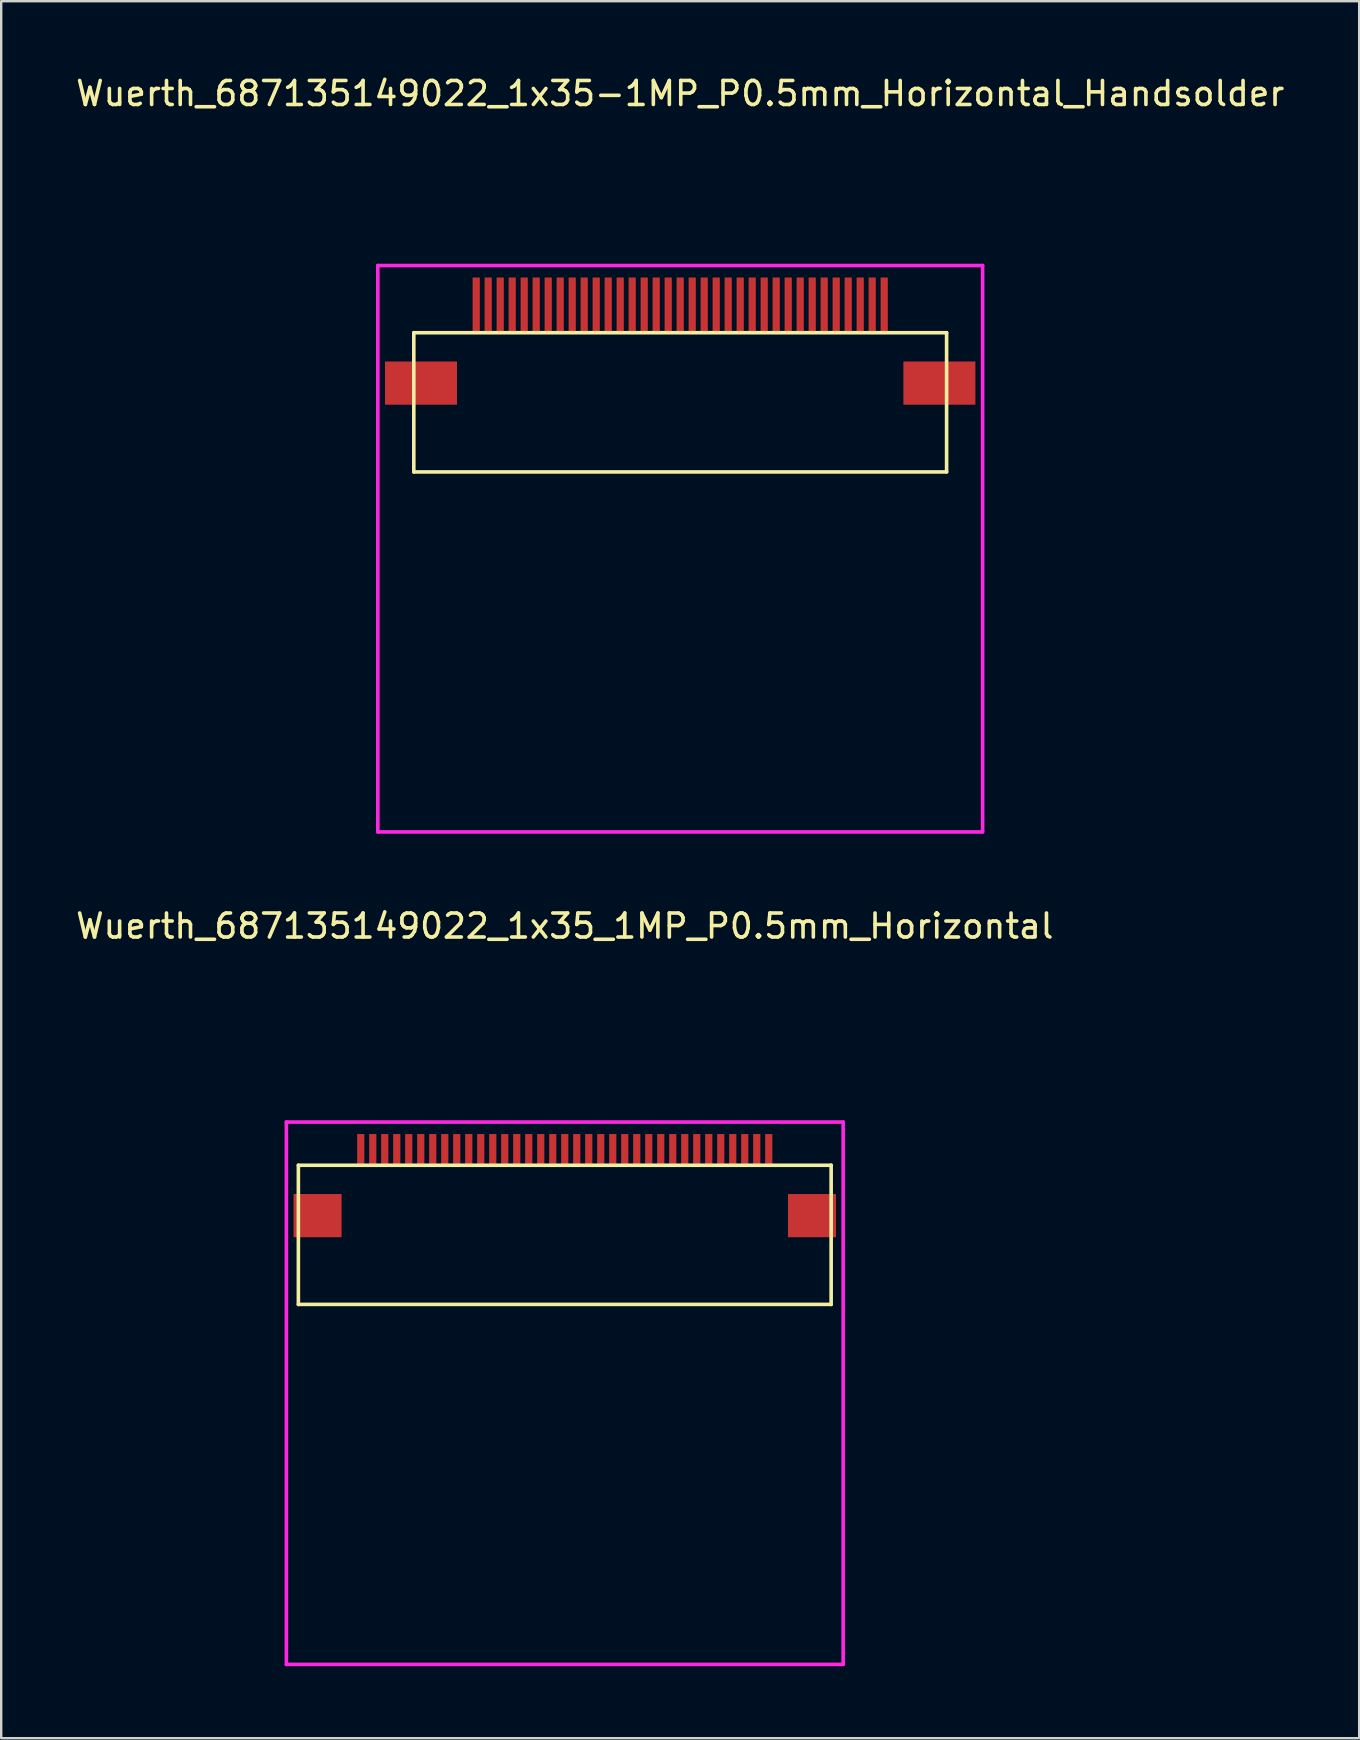
<source format=kicad_pcb>
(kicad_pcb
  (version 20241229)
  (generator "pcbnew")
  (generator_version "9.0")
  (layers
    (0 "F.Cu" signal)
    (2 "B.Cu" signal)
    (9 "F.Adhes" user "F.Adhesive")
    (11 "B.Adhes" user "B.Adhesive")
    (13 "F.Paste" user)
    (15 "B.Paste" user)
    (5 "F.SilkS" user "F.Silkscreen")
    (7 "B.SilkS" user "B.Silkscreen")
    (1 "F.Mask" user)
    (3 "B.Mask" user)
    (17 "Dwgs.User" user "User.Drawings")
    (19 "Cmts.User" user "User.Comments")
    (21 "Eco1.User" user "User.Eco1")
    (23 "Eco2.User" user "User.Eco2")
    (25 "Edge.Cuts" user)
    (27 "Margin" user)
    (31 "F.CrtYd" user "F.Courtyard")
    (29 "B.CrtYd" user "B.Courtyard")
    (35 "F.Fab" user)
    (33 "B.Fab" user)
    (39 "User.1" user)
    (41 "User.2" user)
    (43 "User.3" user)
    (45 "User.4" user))
  (footprint "Wuerth_687135149022_1x35_1MP_P0.5mm_Horizontal"
    (layer "F.Cu")
    (at 20.482 47.602)
    (property "Reference" "Wuerth_687135149022_1x35_1MP_P0.5mm_Horizontal" (at 0 -12.065 0) (layer "F.SilkS") (effects (font (size 1 1) (thickness 0.15))))
    (attr through_hole)
    (fp_line (start -11.1 -2.1) (end 11.1 -2.1) (stroke (width 0.15) (type solid)) (layer "F.SilkS"))
    (fp_line (start -11.1 3.7) (end -11.1 -2.1) (stroke (width 0.15) (type solid)) (layer "F.SilkS"))
    (fp_line (start 11.1 -2.1) (end 11.1 3.7) (stroke (width 0.15) (type solid)) (layer "F.SilkS"))
    (fp_line (start 11.1 3.7) (end -11.1 3.7) (stroke (width 0.15) (type solid)) (layer "F.SilkS"))
    (fp_line (start -11.6 -3.9) (end 11.6 -3.9) (stroke (width 0.15) (type solid)) (layer "F.CrtYd"))
    (fp_line (start -11.6 18.7) (end -11.6 -3.9) (stroke (width 0.15) (type solid)) (layer "F.CrtYd"))
    (fp_line (start 11.6 -3.9) (end 11.6 18.7) (stroke (width 0.15) (type solid)) (layer "F.CrtYd"))
    (fp_line (start 11.6 18.7) (end -11.6 18.7) (stroke (width 0.15) (type solid)) (layer "F.CrtYd"))
    (pad "1" smd rect (at -8.5 -2.75) (size 0.3 1.3) (layers "F.Cu" "F.Mask"))
    (pad "2" smd rect (at -8 -2.75) (size 0.3 1.3) (layers "F.Cu" "F.Mask"))
    (pad "3" smd rect (at -7.5 -2.75) (size 0.3 1.3) (layers "F.Cu" "F.Mask"))
    (pad "4" smd rect (at -7 -2.75) (size 0.3 1.3) (layers "F.Cu" "F.Mask"))
    (pad "5" smd rect (at -6.5 -2.75) (size 0.3 1.3) (layers "F.Cu" "F.Mask"))
    (pad "6" smd rect (at -6 -2.75) (size 0.3 1.3) (layers "F.Cu" "F.Mask"))
    (pad "7" smd rect (at -5.5 -2.75) (size 0.3 1.3) (layers "F.Cu" "F.Mask"))
    (pad "8" smd rect (at -5 -2.75) (size 0.3 1.3) (layers "F.Cu" "F.Mask"))
    (pad "9" smd rect (at -4.5 -2.75) (size 0.3 1.3) (layers "F.Cu" "F.Mask"))
    (pad "10" smd rect (at -4 -2.75) (size 0.3 1.3) (layers "F.Cu" "F.Mask"))
    (pad "11" smd rect (at -3.5 -2.75) (size 0.3 1.3) (layers "F.Cu" "F.Mask"))
    (pad "12" smd rect (at -3 -2.75) (size 0.3 1.3) (layers "F.Cu" "F.Mask"))
    (pad "13" smd rect (at -2.5 -2.75) (size 0.3 1.3) (layers "F.Cu" "F.Mask"))
    (pad "14" smd rect (at -2 -2.75) (size 0.3 1.3) (layers "F.Cu" "F.Mask"))
    (pad "15" smd rect (at -1.5 -2.75) (size 0.3 1.3) (layers "F.Cu" "F.Mask"))
    (pad "16" smd rect (at -1 -2.75) (size 0.3 1.3) (layers "F.Cu" "F.Mask"))
    (pad "17" smd rect (at -0.5 -2.75) (size 0.3 1.3) (layers "F.Cu" "F.Mask"))
    (pad "18" smd rect (at 0 -2.75) (size 0.3 1.3) (layers "F.Cu" "F.Mask"))
    (pad "19" smd rect (at 0.5 -2.75) (size 0.3 1.3) (layers "F.Cu" "F.Mask"))
    (pad "20" smd rect (at 1 -2.75) (size 0.3 1.3) (layers "F.Cu" "F.Mask"))
    (pad "21" smd rect (at 1.5 -2.75) (size 0.3 1.3) (layers "F.Cu" "F.Mask"))
    (pad "22" smd rect (at 2 -2.75) (size 0.3 1.3) (layers "F.Cu" "F.Mask"))
    (pad "23" smd rect (at 2.5 -2.75) (size 0.3 1.3) (layers "F.Cu" "F.Mask"))
    (pad "24" smd rect (at 3 -2.75) (size 0.3 1.3) (layers "F.Cu" "F.Mask"))
    (pad "25" smd rect (at 3.5 -2.75) (size 0.3 1.3) (layers "F.Cu" "F.Mask"))
    (pad "26" smd rect (at 4 -2.75) (size 0.3 1.3) (layers "F.Cu" "F.Mask"))
    (pad "27" smd rect (at 4.5 -2.75) (size 0.3 1.3) (layers "F.Cu" "F.Mask"))
    (pad "28" smd rect (at 5 -2.75) (size 0.3 1.3) (layers "F.Cu" "F.Mask"))
    (pad "29" smd rect (at 5.5 -2.75) (size 0.3 1.3) (layers "F.Cu" "F.Mask"))
    (pad "30" smd rect (at 6 -2.75) (size 0.3 1.3) (layers "F.Cu" "F.Mask"))
    (pad "31" smd rect (at 6.5 -2.75) (size 0.3 1.3) (layers "F.Cu" "F.Mask"))
    (pad "32" smd rect (at 7 -2.75) (size 0.3 1.3) (layers "F.Cu" "F.Mask"))
    (pad "33" smd rect (at 7.5 -2.75) (size 0.3 1.3) (layers "F.Cu" "F.Mask"))
    (pad "34" smd rect (at 8 -2.75) (size 0.3 1.3) (layers "F.Cu" "F.Mask"))
    (pad "35" smd rect (at 8.5 -2.75) (size 0.3 1.3) (layers "F.Cu" "F.Mask"))
    (pad "MP" smd rect (at -10.3 0) (size 2 1.8) (layers "F.Cu" "F.Mask"))
    (pad "MP" smd rect (at 10.3 0) (size 2 1.8) (layers "F.Cu" "F.Mask")))
  (footprint "Wuerth_687135149022_1x35-1MP_P0.5mm_Horizontal_Handsolder"
    (layer "F.Cu")
    (at 25.292 12.913)
    (property "Reference" "Wuerth_687135149022_1x35-1MP_P0.5mm_Horizontal_Handsolder" (at 0 -12.065 0) (layer "F.SilkS") (effects (font (size 1 1) (thickness 0.15))))
    (attr through_hole)
    (fp_line (start -11.1 -2.1) (end 11.1 -2.1) (stroke (width 0.15) (type solid)) (layer "F.SilkS"))
    (fp_line (start -11.1 3.7) (end -11.1 -2.1) (stroke (width 0.15) (type solid)) (layer "F.SilkS"))
    (fp_line (start 11.1 -2.1) (end 11.1 3.7) (stroke (width 0.15) (type solid)) (layer "F.SilkS"))
    (fp_line (start 11.1 3.7) (end -11.1 3.7) (stroke (width 0.15) (type solid)) (layer "F.SilkS"))
    (fp_line (start -12.6 -4.9) (end 12.6 -4.9) (stroke (width 0.15) (type solid)) (layer "F.CrtYd"))
    (fp_line (start -12.6 18.7) (end -12.6 -4.9) (stroke (width 0.15) (type solid)) (layer "F.CrtYd"))
    (fp_line (start 12.6 -4.9) (end 12.6 18.7) (stroke (width 0.15) (type solid)) (layer "F.CrtYd"))
    (fp_line (start 12.6 18.7) (end -12.6 18.7) (stroke (width 0.15) (type solid)) (layer "F.CrtYd"))
    (pad "1" smd rect (at -8.5 -3.25) (size 0.3 2.3) (layers "F.Cu" "F.Mask"))
    (pad "2" smd rect (at -8 -3.25) (size 0.3 2.3) (layers "F.Cu" "F.Mask"))
    (pad "3" smd rect (at -7.5 -3.25) (size 0.3 2.3) (layers "F.Cu" "F.Mask"))
    (pad "4" smd rect (at -7 -3.25) (size 0.3 2.3) (layers "F.Cu" "F.Mask"))
    (pad "5" smd rect (at -6.5 -3.25) (size 0.3 2.3) (layers "F.Cu" "F.Mask"))
    (pad "6" smd rect (at -6 -3.25) (size 0.3 2.3) (layers "F.Cu" "F.Mask"))
    (pad "7" smd rect (at -5.5 -3.25) (size 0.3 2.3) (layers "F.Cu" "F.Mask"))
    (pad "8" smd rect (at -5 -3.25) (size 0.3 2.3) (layers "F.Cu" "F.Mask"))
    (pad "9" smd rect (at -4.5 -3.25) (size 0.3 2.3) (layers "F.Cu" "F.Mask"))
    (pad "10" smd rect (at -4 -3.25) (size 0.3 2.3) (layers "F.Cu" "F.Mask"))
    (pad "11" smd rect (at -3.5 -3.25) (size 0.3 2.3) (layers "F.Cu" "F.Mask"))
    (pad "12" smd rect (at -3 -3.25) (size 0.3 2.3) (layers "F.Cu" "F.Mask"))
    (pad "13" smd rect (at -2.5 -3.25) (size 0.3 2.3) (layers "F.Cu" "F.Mask"))
    (pad "14" smd rect (at -2 -3.25) (size 0.3 2.3) (layers "F.Cu" "F.Mask"))
    (pad "15" smd rect (at -1.5 -3.25) (size 0.3 2.3) (layers "F.Cu" "F.Mask"))
    (pad "16" smd rect (at -1 -3.25) (size 0.3 2.3) (layers "F.Cu" "F.Mask"))
    (pad "17" smd rect (at -0.5 -3.25) (size 0.3 2.3) (layers "F.Cu" "F.Mask"))
    (pad "18" smd rect (at 0 -3.25) (size 0.3 2.3) (layers "F.Cu" "F.Mask"))
    (pad "19" smd rect (at 0.5 -3.25) (size 0.3 2.3) (layers "F.Cu" "F.Mask"))
    (pad "20" smd rect (at 1 -3.25) (size 0.3 2.3) (layers "F.Cu" "F.Mask"))
    (pad "21" smd rect (at 1.5 -3.25) (size 0.3 2.3) (layers "F.Cu" "F.Mask"))
    (pad "22" smd rect (at 2 -3.25) (size 0.3 2.3) (layers "F.Cu" "F.Mask"))
    (pad "23" smd rect (at 2.5 -3.25) (size 0.3 2.3) (layers "F.Cu" "F.Mask"))
    (pad "24" smd rect (at 3 -3.25) (size 0.3 2.3) (layers "F.Cu" "F.Mask"))
    (pad "25" smd rect (at 3.5 -3.25) (size 0.3 2.3) (layers "F.Cu" "F.Mask"))
    (pad "26" smd rect (at 4 -3.25) (size 0.3 2.3) (layers "F.Cu" "F.Mask"))
    (pad "27" smd rect (at 4.5 -3.25) (size 0.3 2.3) (layers "F.Cu" "F.Mask"))
    (pad "28" smd rect (at 5 -3.25) (size 0.3 2.3) (layers "F.Cu" "F.Mask"))
    (pad "29" smd rect (at 5.5 -3.25) (size 0.3 2.3) (layers "F.Cu" "F.Mask"))
    (pad "30" smd rect (at 6 -3.25) (size 0.3 2.3) (layers "F.Cu" "F.Mask"))
    (pad "31" smd rect (at 6.5 -3.25) (size 0.3 2.3) (layers "F.Cu" "F.Mask"))
    (pad "32" smd rect (at 7 -3.25) (size 0.3 2.3) (layers "F.Cu" "F.Mask"))
    (pad "33" smd rect (at 7.5 -3.25) (size 0.3 2.3) (layers "F.Cu" "F.Mask"))
    (pad "34" smd rect (at 8 -3.25) (size 0.3 2.3) (layers "F.Cu" "F.Mask"))
    (pad "35" smd rect (at 8.5 -3.25) (size 0.3 2.3) (layers "F.Cu" "F.Mask"))
    (pad "MP" smd rect (at -10.8 0) (size 3 1.8) (layers "F.Cu" "F.Mask"))
    (pad "MP" smd rect (at 10.8 0) (size 3 1.8) (layers "F.Cu" "F.Mask")))
  (gr_rect
    (start -3 -3)
    (end 53.583 69.376)
    (stroke (width 0.1) (type default))
    (fill no)
    (layer "Edge.Cuts")))
</source>
